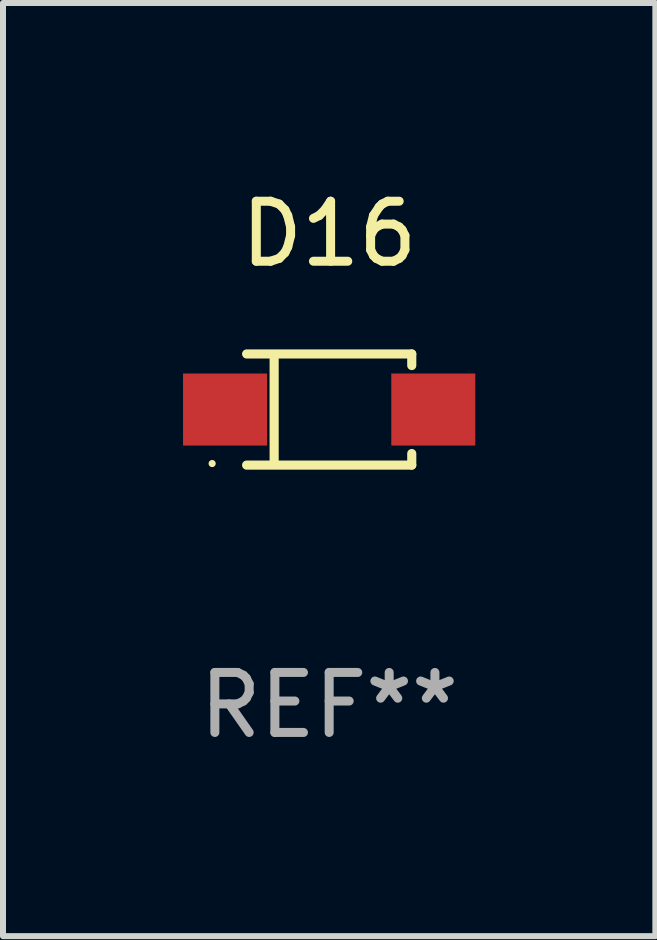
<source format=kicad_pcb>
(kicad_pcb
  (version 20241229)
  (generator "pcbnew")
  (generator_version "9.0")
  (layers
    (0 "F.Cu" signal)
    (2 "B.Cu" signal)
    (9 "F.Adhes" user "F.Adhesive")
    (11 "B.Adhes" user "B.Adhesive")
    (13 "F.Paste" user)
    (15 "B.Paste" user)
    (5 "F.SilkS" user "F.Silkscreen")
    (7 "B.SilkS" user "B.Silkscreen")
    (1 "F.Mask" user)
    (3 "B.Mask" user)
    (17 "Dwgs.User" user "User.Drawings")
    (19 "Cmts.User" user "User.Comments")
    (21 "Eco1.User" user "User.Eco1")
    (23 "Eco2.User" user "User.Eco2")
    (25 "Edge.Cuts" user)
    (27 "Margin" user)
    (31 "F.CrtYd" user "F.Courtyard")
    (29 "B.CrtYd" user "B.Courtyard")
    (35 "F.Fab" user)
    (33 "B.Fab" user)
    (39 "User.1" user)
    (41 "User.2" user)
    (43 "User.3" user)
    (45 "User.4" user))
  (footprint "D16"
    (layer "F.Cu")
    (at 2.435 3.774)
    (property "Reference" "D16" (at 0 -2.926 0) (layer "F.SilkS") (effects (font (size 1 1) (thickness 0.15))))
    (attr through_hole)
    (fp_line (start -1.376 -0.926) (end 1.376 -0.926) (stroke (width 0.152) (type solid)) (layer "F.SilkS"))
    (fp_line (start -1.376 0.926) (end 1.376 0.926) (stroke (width 0.152) (type solid)) (layer "F.SilkS"))
    (fp_line (start -0.917 -0.876) (end -0.917 0.876) (stroke (width 0.152) (type solid)) (layer "F.SilkS"))
    (fp_line (start 1.376 -0.926) (end 1.376 -0.733) (stroke (width 0.152) (type solid)) (layer "F.SilkS"))
    (fp_line (start 1.376 0.926) (end 1.376 0.733) (stroke (width 0.152) (type solid)) (layer "F.SilkS"))
    (fp_circle (center -1.95 0.9) (end -1.92 0.9) (stroke (width 0.06) (type solid)) (fill no) (layer "F.SilkS"))
    (fp_text user "REF**" (at 0 4.926 0) (layer "F.Fab") (effects (font (size 1 1) (thickness 0.15))))
    (pad "1" smd rect (at -1.735 0) (size 1.4 1.2) (layers "F.Cu" "F.Mask" "F.Paste"))
    (pad "2" smd rect (at 1.735 0) (size 1.4 1.2) (layers "F.Cu" "F.Mask" "F.Paste")))
  (gr_rect
    (start -3 -3)
    (end 7.87 12.549)
    (stroke (width 0.1) (type default))
    (fill no)
    (layer "Edge.Cuts")))
</source>
